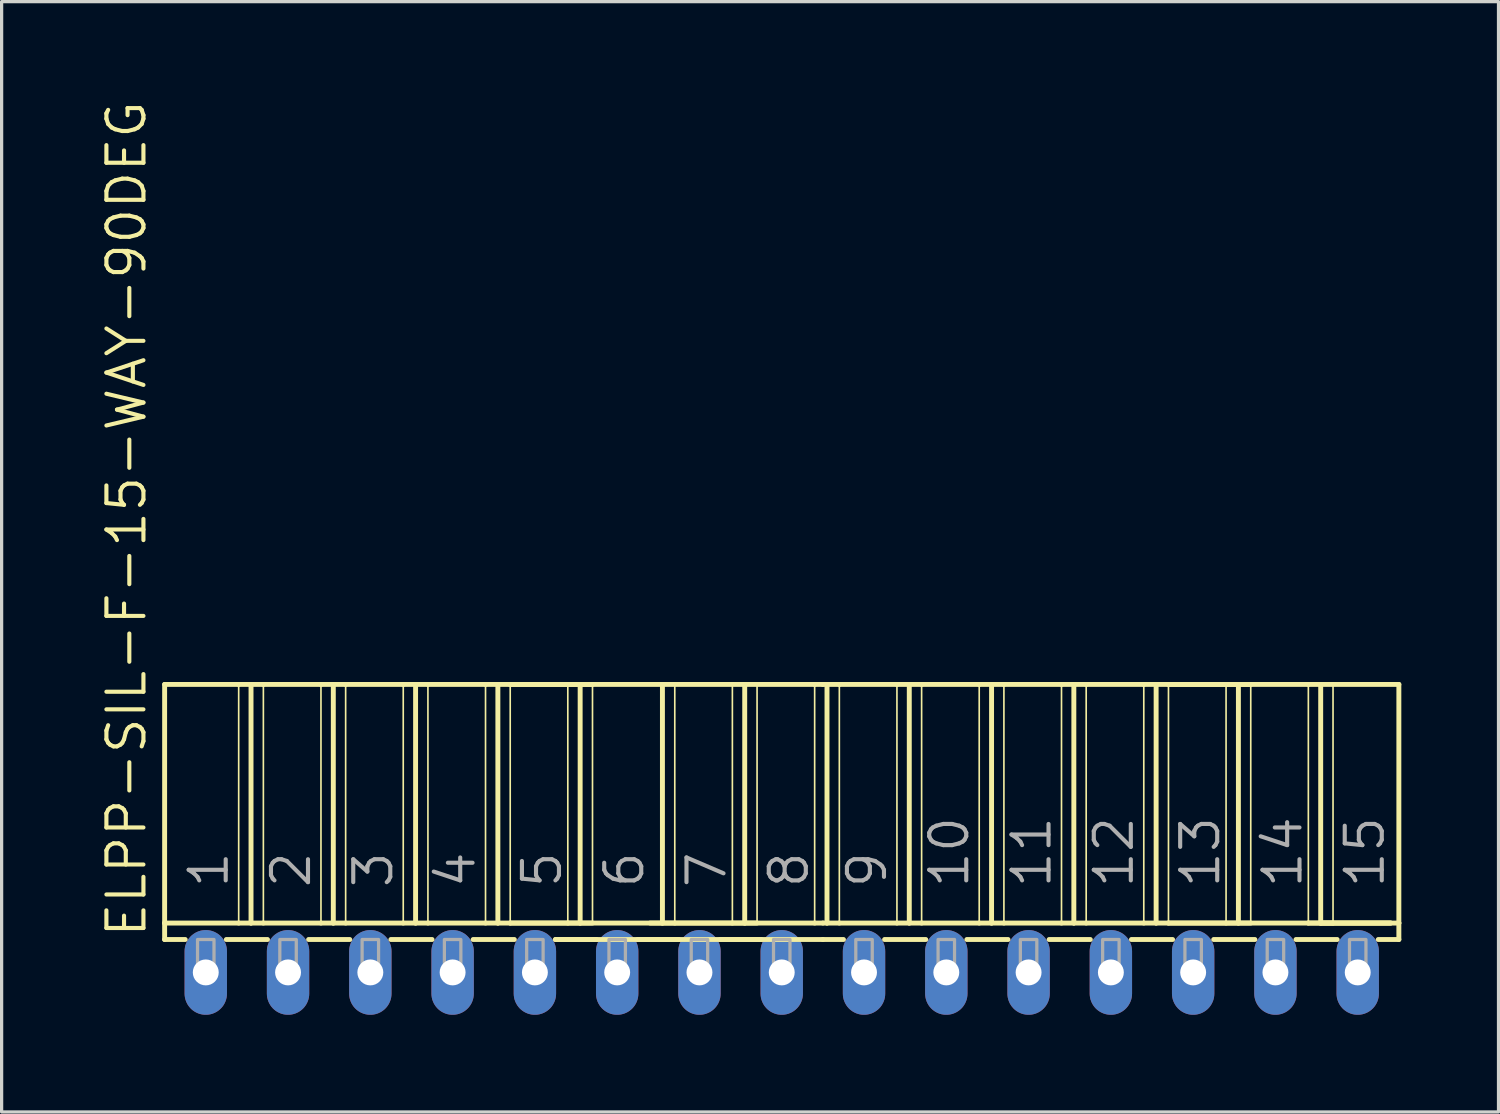
<source format=kicad_pcb>
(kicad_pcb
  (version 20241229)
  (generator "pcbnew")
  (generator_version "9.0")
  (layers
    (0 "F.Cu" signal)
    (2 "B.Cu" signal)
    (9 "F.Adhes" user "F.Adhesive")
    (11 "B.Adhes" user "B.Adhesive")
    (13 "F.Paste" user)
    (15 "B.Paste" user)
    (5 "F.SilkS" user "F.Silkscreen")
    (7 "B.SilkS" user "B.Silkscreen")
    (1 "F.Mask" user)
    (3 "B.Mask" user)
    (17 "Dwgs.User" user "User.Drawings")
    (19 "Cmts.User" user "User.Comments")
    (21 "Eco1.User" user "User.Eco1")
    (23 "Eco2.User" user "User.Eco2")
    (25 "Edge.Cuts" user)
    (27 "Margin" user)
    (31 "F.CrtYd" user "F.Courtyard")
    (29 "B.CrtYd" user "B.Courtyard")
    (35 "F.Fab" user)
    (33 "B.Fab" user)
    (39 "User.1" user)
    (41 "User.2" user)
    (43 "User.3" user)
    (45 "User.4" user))
  (footprint "ELPP-SIL-F-15-WAY-90DEG"
    (layer "F.Cu")
    (at 21.082 26.968)
    (property "Reference" "ELPP-SIL-F-15-WAY-90DEG" (at -19.558 -1.016 90) (unlocked yes) (layer "F.SilkS") (effects (font (size 1.143 1.143) (thickness 0.127)) (justify left bottom)))
    (fp_line (start -19.05 -8.89) (end -16.764 -8.89) (stroke (width 0.152) (type solid)) (layer "F.SilkS"))
    (fp_line (start -19.05 -1.524) (end -19.05 -8.89) (stroke (width 0.152) (type solid)) (layer "F.SilkS"))
    (fp_line (start -19.05 -1.524) (end -16.764 -1.524) (stroke (width 0.152) (type solid)) (layer "F.SilkS"))
    (fp_line (start -19.05 -1.016) (end -19.05 -1.524) (stroke (width 0.152) (type solid)) (layer "F.SilkS"))
    (fp_line (start -19.05 -1.016) (end -18.415 -1.016) (stroke (width 0.152) (type solid)) (layer "F.SilkS"))
    (fp_line (start -17.145 -1.016) (end -15.875 -1.016) (stroke (width 0.152) (type solid)) (layer "F.SilkS"))
    (fp_line (start -16.764 -8.89) (end -16.764 -1.524) (stroke (width 0.051) (type solid)) (layer "F.SilkS"))
    (fp_line (start -16.764 -8.89) (end -16.383 -8.89) (stroke (width 0.152) (type solid)) (layer "F.SilkS"))
    (fp_line (start -16.764 -1.524) (end -16.383 -1.524) (stroke (width 0.152) (type solid)) (layer "F.SilkS"))
    (fp_line (start -16.383 -8.89) (end -16.383 -1.524) (stroke (width 0.152) (type solid)) (layer "F.SilkS"))
    (fp_line (start -16.383 -8.89) (end -16.002 -8.89) (stroke (width 0.152) (type solid)) (layer "F.SilkS"))
    (fp_line (start -16.383 -1.524) (end -16.002 -1.524) (stroke (width 0.152) (type solid)) (layer "F.SilkS"))
    (fp_line (start -16.002 -8.89) (end -16.002 -1.524) (stroke (width 0.051) (type solid)) (layer "F.SilkS"))
    (fp_line (start -16.002 -8.89) (end -14.224 -8.89) (stroke (width 0.152) (type solid)) (layer "F.SilkS"))
    (fp_line (start -16.002 -1.524) (end -14.224 -1.524) (stroke (width 0.152) (type solid)) (layer "F.SilkS"))
    (fp_line (start -14.605 -1.016) (end -13.335 -1.016) (stroke (width 0.152) (type solid)) (layer "F.SilkS"))
    (fp_line (start -14.224 -8.89) (end -14.224 -1.524) (stroke (width 0.051) (type solid)) (layer "F.SilkS"))
    (fp_line (start -14.224 -8.89) (end -13.843 -8.89) (stroke (width 0.152) (type solid)) (layer "F.SilkS"))
    (fp_line (start -14.224 -1.524) (end -13.843 -1.524) (stroke (width 0.152) (type solid)) (layer "F.SilkS"))
    (fp_line (start -13.843 -8.89) (end -13.843 -1.524) (stroke (width 0.152) (type solid)) (layer "F.SilkS"))
    (fp_line (start -13.843 -8.89) (end -13.462 -8.89) (stroke (width 0.152) (type solid)) (layer "F.SilkS"))
    (fp_line (start -13.843 -1.524) (end -13.462 -1.524) (stroke (width 0.152) (type solid)) (layer "F.SilkS"))
    (fp_line (start -13.462 -8.89) (end -13.462 -1.524) (stroke (width 0.051) (type solid)) (layer "F.SilkS"))
    (fp_line (start -13.462 -8.89) (end -11.684 -8.89) (stroke (width 0.152) (type solid)) (layer "F.SilkS"))
    (fp_line (start -13.462 -1.524) (end -11.684 -1.524) (stroke (width 0.152) (type solid)) (layer "F.SilkS"))
    (fp_line (start -12.065 -1.016) (end -10.795 -1.016) (stroke (width 0.152) (type solid)) (layer "F.SilkS"))
    (fp_line (start -11.684 -8.89) (end -11.684 -1.524) (stroke (width 0.051) (type solid)) (layer "F.SilkS"))
    (fp_line (start -11.684 -8.89) (end -11.303 -8.89) (stroke (width 0.152) (type solid)) (layer "F.SilkS"))
    (fp_line (start -11.684 -1.524) (end -11.303 -1.524) (stroke (width 0.152) (type solid)) (layer "F.SilkS"))
    (fp_line (start -11.303 -8.89) (end -11.303 -1.524) (stroke (width 0.152) (type solid)) (layer "F.SilkS"))
    (fp_line (start -11.303 -8.89) (end -10.922 -8.89) (stroke (width 0.152) (type solid)) (layer "F.SilkS"))
    (fp_line (start -11.303 -1.524) (end -10.922 -1.524) (stroke (width 0.152) (type solid)) (layer "F.SilkS"))
    (fp_line (start -10.922 -8.89) (end -10.922 -1.524) (stroke (width 0.051) (type solid)) (layer "F.SilkS"))
    (fp_line (start -10.922 -8.89) (end -9.144 -8.89) (stroke (width 0.152) (type solid)) (layer "F.SilkS"))
    (fp_line (start -10.922 -1.524) (end -9.144 -1.524) (stroke (width 0.152) (type solid)) (layer "F.SilkS"))
    (fp_line (start -9.525 -1.016) (end -8.255 -1.016) (stroke (width 0.152) (type solid)) (layer "F.SilkS"))
    (fp_line (start -9.144 -8.89) (end -9.144 -1.524) (stroke (width 0.051) (type solid)) (layer "F.SilkS"))
    (fp_line (start -9.144 -8.89) (end -8.763 -8.89) (stroke (width 0.152) (type solid)) (layer "F.SilkS"))
    (fp_line (start -9.144 -1.524) (end -8.763 -1.524) (stroke (width 0.152) (type solid)) (layer "F.SilkS"))
    (fp_line (start -8.763 -8.89) (end -8.763 -1.524) (stroke (width 0.152) (type solid)) (layer "F.SilkS"))
    (fp_line (start -8.763 -8.89) (end -8.382 -8.89) (stroke (width 0.152) (type solid)) (layer "F.SilkS"))
    (fp_line (start -8.763 -1.524) (end -8.382 -1.524) (stroke (width 0.152) (type solid)) (layer "F.SilkS"))
    (fp_line (start -8.382 -8.89) (end -8.382 -1.524) (stroke (width 0.051) (type solid)) (layer "F.SilkS"))
    (fp_line (start -8.382 -8.89) (end -6.604 -8.89) (stroke (width 0.152) (type solid)) (layer "F.SilkS"))
    (fp_line (start -8.382 -8.89) (end 1.016 -8.89) (stroke (width 0.152) (type solid)) (layer "F.SilkS"))
    (fp_line (start -8.382 -1.524) (end -6.604 -1.524) (stroke (width 0.152) (type solid)) (layer "F.SilkS"))
    (fp_line (start -8.382 -1.524) (end 1.016 -1.524) (stroke (width 0.152) (type solid)) (layer "F.SilkS"))
    (fp_line (start -6.985 -1.016) (end -5.715 -1.016) (stroke (width 0.152) (type solid)) (layer "F.SilkS"))
    (fp_line (start -6.985 -1.016) (end 1.27 -1.016) (stroke (width 0.152) (type solid)) (layer "F.SilkS"))
    (fp_line (start -6.604 -8.89) (end -6.604 -1.524) (stroke (width 0.051) (type solid)) (layer "F.SilkS"))
    (fp_line (start -6.604 -8.89) (end -6.223 -8.89) (stroke (width 0.152) (type solid)) (layer "F.SilkS"))
    (fp_line (start -6.604 -1.524) (end -6.223 -1.524) (stroke (width 0.152) (type solid)) (layer "F.SilkS"))
    (fp_line (start -6.223 -8.89) (end -6.223 -1.524) (stroke (width 0.152) (type solid)) (layer "F.SilkS"))
    (fp_line (start -6.223 -8.89) (end -5.842 -8.89) (stroke (width 0.152) (type solid)) (layer "F.SilkS"))
    (fp_line (start -6.223 -1.524) (end -5.842 -1.524) (stroke (width 0.152) (type solid)) (layer "F.SilkS"))
    (fp_line (start -5.842 -8.89) (end -5.842 -1.524) (stroke (width 0.051) (type solid)) (layer "F.SilkS"))
    (fp_line (start -4.445 -1.016) (end -3.175 -1.016) (stroke (width 0.152) (type solid)) (layer "F.SilkS"))
    (fp_line (start -4.064 -1.524) (end -3.683 -1.524) (stroke (width 0.152) (type solid)) (layer "F.SilkS"))
    (fp_line (start -3.683 -8.89) (end -3.683 -1.524) (stroke (width 0.152) (type solid)) (layer "F.SilkS"))
    (fp_line (start -3.683 -1.524) (end -3.302 -1.524) (stroke (width 0.152) (type solid)) (layer "F.SilkS"))
    (fp_line (start -3.302 -8.89) (end -3.302 -1.524) (stroke (width 0.051) (type solid)) (layer "F.SilkS"))
    (fp_line (start -3.302 -1.524) (end -1.524 -1.524) (stroke (width 0.152) (type solid)) (layer "F.SilkS"))
    (fp_line (start -1.905 -1.016) (end -0.635 -1.016) (stroke (width 0.152) (type solid)) (layer "F.SilkS"))
    (fp_line (start -1.524 -8.89) (end -1.524 -1.524) (stroke (width 0.051) (type solid)) (layer "F.SilkS"))
    (fp_line (start -1.524 -1.524) (end -1.143 -1.524) (stroke (width 0.152) (type solid)) (layer "F.SilkS"))
    (fp_line (start -1.143 -8.89) (end -1.143 -1.524) (stroke (width 0.152) (type solid)) (layer "F.SilkS"))
    (fp_line (start -1.143 -1.524) (end -0.762 -1.524) (stroke (width 0.152) (type solid)) (layer "F.SilkS"))
    (fp_line (start -0.762 -8.89) (end -0.762 -1.524) (stroke (width 0.051) (type solid)) (layer "F.SilkS"))
    (fp_line (start 1.016 -8.89) (end 1.016 -1.524) (stroke (width 0.051) (type solid)) (layer "F.SilkS"))
    (fp_line (start 1.016 -8.89) (end 1.27 -8.89) (stroke (width 0.152) (type solid)) (layer "F.SilkS"))
    (fp_line (start 1.016 -1.524) (end 1.27 -1.524) (stroke (width 0.152) (type solid)) (layer "F.SilkS"))
    (fp_line (start 1.27 -8.89) (end 1.397 -8.89) (stroke (width 0.152) (type solid)) (layer "F.SilkS"))
    (fp_line (start 1.27 -1.524) (end 1.397 -1.524) (stroke (width 0.152) (type solid)) (layer "F.SilkS"))
    (fp_line (start 1.27 -1.016) (end 1.905 -1.016) (stroke (width 0.152) (type solid)) (layer "F.SilkS"))
    (fp_line (start 1.397 -8.89) (end 1.397 -1.524) (stroke (width 0.152) (type solid)) (layer "F.SilkS"))
    (fp_line (start 1.397 -8.89) (end 1.778 -8.89) (stroke (width 0.152) (type solid)) (layer "F.SilkS"))
    (fp_line (start 1.397 -1.524) (end 1.778 -1.524) (stroke (width 0.152) (type solid)) (layer "F.SilkS"))
    (fp_line (start 1.778 -8.89) (end 1.778 -1.524) (stroke (width 0.051) (type solid)) (layer "F.SilkS"))
    (fp_line (start 1.778 -8.89) (end 3.556 -8.89) (stroke (width 0.152) (type solid)) (layer "F.SilkS"))
    (fp_line (start 1.778 -1.524) (end 3.556 -1.524) (stroke (width 0.152) (type solid)) (layer "F.SilkS"))
    (fp_line (start 3.175 -1.016) (end 4.445 -1.016) (stroke (width 0.152) (type solid)) (layer "F.SilkS"))
    (fp_line (start 3.556 -8.89) (end 3.556 -1.524) (stroke (width 0.051) (type solid)) (layer "F.SilkS"))
    (fp_line (start 3.556 -8.89) (end 3.937 -8.89) (stroke (width 0.152) (type solid)) (layer "F.SilkS"))
    (fp_line (start 3.556 -1.524) (end 3.937 -1.524) (stroke (width 0.152) (type solid)) (layer "F.SilkS"))
    (fp_line (start 3.937 -8.89) (end 3.937 -1.524) (stroke (width 0.152) (type solid)) (layer "F.SilkS"))
    (fp_line (start 3.937 -8.89) (end 4.318 -8.89) (stroke (width 0.152) (type solid)) (layer "F.SilkS"))
    (fp_line (start 3.937 -1.524) (end 4.318 -1.524) (stroke (width 0.152) (type solid)) (layer "F.SilkS"))
    (fp_line (start 4.318 -8.89) (end 4.318 -1.524) (stroke (width 0.051) (type solid)) (layer "F.SilkS"))
    (fp_line (start 4.318 -8.89) (end 6.096 -8.89) (stroke (width 0.152) (type solid)) (layer "F.SilkS"))
    (fp_line (start 4.318 -1.524) (end 6.096 -1.524) (stroke (width 0.152) (type solid)) (layer "F.SilkS"))
    (fp_line (start 5.715 -1.016) (end 6.985 -1.016) (stroke (width 0.152) (type solid)) (layer "F.SilkS"))
    (fp_line (start 6.096 -8.89) (end 6.096 -1.524) (stroke (width 0.051) (type solid)) (layer "F.SilkS"))
    (fp_line (start 6.096 -8.89) (end 6.477 -8.89) (stroke (width 0.152) (type solid)) (layer "F.SilkS"))
    (fp_line (start 6.096 -1.524) (end 6.477 -1.524) (stroke (width 0.152) (type solid)) (layer "F.SilkS"))
    (fp_line (start 6.477 -8.89) (end 6.477 -1.524) (stroke (width 0.152) (type solid)) (layer "F.SilkS"))
    (fp_line (start 6.477 -8.89) (end 6.858 -8.89) (stroke (width 0.152) (type solid)) (layer "F.SilkS"))
    (fp_line (start 6.477 -1.524) (end 6.858 -1.524) (stroke (width 0.152) (type solid)) (layer "F.SilkS"))
    (fp_line (start 6.858 -8.89) (end 6.858 -1.524) (stroke (width 0.051) (type solid)) (layer "F.SilkS"))
    (fp_line (start 6.858 -8.89) (end 8.636 -8.89) (stroke (width 0.152) (type solid)) (layer "F.SilkS"))
    (fp_line (start 6.858 -1.524) (end 8.636 -1.524) (stroke (width 0.152) (type solid)) (layer "F.SilkS"))
    (fp_line (start 8.255 -1.016) (end 9.525 -1.016) (stroke (width 0.152) (type solid)) (layer "F.SilkS"))
    (fp_line (start 8.636 -8.89) (end 8.636 -1.524) (stroke (width 0.051) (type solid)) (layer "F.SilkS"))
    (fp_line (start 8.636 -8.89) (end 9.017 -8.89) (stroke (width 0.152) (type solid)) (layer "F.SilkS"))
    (fp_line (start 8.636 -1.524) (end 9.017 -1.524) (stroke (width 0.152) (type solid)) (layer "F.SilkS"))
    (fp_line (start 9.017 -8.89) (end 9.017 -1.524) (stroke (width 0.152) (type solid)) (layer "F.SilkS"))
    (fp_line (start 9.017 -8.89) (end 9.398 -8.89) (stroke (width 0.152) (type solid)) (layer "F.SilkS"))
    (fp_line (start 9.017 -1.524) (end 9.398 -1.524) (stroke (width 0.152) (type solid)) (layer "F.SilkS"))
    (fp_line (start 9.398 -8.89) (end 9.398 -1.524) (stroke (width 0.051) (type solid)) (layer "F.SilkS"))
    (fp_line (start 9.398 -8.89) (end 11.176 -8.89) (stroke (width 0.152) (type solid)) (layer "F.SilkS"))
    (fp_line (start 9.398 -1.524) (end 11.176 -1.524) (stroke (width 0.152) (type solid)) (layer "F.SilkS"))
    (fp_line (start 10.795 -1.016) (end 12.065 -1.016) (stroke (width 0.152) (type solid)) (layer "F.SilkS"))
    (fp_line (start 11.176 -8.89) (end 11.176 -1.524) (stroke (width 0.051) (type solid)) (layer "F.SilkS"))
    (fp_line (start 11.176 -8.89) (end 11.557 -8.89) (stroke (width 0.152) (type solid)) (layer "F.SilkS"))
    (fp_line (start 11.176 -1.524) (end 11.557 -1.524) (stroke (width 0.152) (type solid)) (layer "F.SilkS"))
    (fp_line (start 11.557 -8.89) (end 11.557 -1.524) (stroke (width 0.152) (type solid)) (layer "F.SilkS"))
    (fp_line (start 11.557 -8.89) (end 11.938 -8.89) (stroke (width 0.152) (type solid)) (layer "F.SilkS"))
    (fp_line (start 11.557 -1.524) (end 11.938 -1.524) (stroke (width 0.152) (type solid)) (layer "F.SilkS"))
    (fp_line (start 11.938 -8.89) (end 11.938 -1.524) (stroke (width 0.051) (type solid)) (layer "F.SilkS"))
    (fp_line (start 11.938 -8.89) (end 13.716 -8.89) (stroke (width 0.152) (type solid)) (layer "F.SilkS"))
    (fp_line (start 11.938 -8.89) (end 16.256 -8.89) (stroke (width 0.152) (type solid)) (layer "F.SilkS"))
    (fp_line (start 11.938 -1.524) (end 13.716 -1.524) (stroke (width 0.152) (type solid)) (layer "F.SilkS"))
    (fp_line (start 11.938 -1.524) (end 16.256 -1.524) (stroke (width 0.152) (type solid)) (layer "F.SilkS"))
    (fp_line (start 13.335 -1.016) (end 14.605 -1.016) (stroke (width 0.152) (type solid)) (layer "F.SilkS"))
    (fp_line (start 13.716 -8.89) (end 13.716 -1.524) (stroke (width 0.051) (type solid)) (layer "F.SilkS"))
    (fp_line (start 13.716 -8.89) (end 14.097 -8.89) (stroke (width 0.152) (type solid)) (layer "F.SilkS"))
    (fp_line (start 13.716 -1.524) (end 14.097 -1.524) (stroke (width 0.152) (type solid)) (layer "F.SilkS"))
    (fp_line (start 14.097 -8.89) (end 14.097 -1.524) (stroke (width 0.152) (type solid)) (layer "F.SilkS"))
    (fp_line (start 14.097 -8.89) (end 14.478 -8.89) (stroke (width 0.152) (type solid)) (layer "F.SilkS"))
    (fp_line (start 14.097 -1.524) (end 14.478 -1.524) (stroke (width 0.152) (type solid)) (layer "F.SilkS"))
    (fp_line (start 14.478 -8.89) (end 14.478 -1.524) (stroke (width 0.051) (type solid)) (layer "F.SilkS"))
    (fp_line (start 15.875 -1.016) (end 17.145 -1.016) (stroke (width 0.152) (type solid)) (layer "F.SilkS"))
    (fp_line (start 16.256 -8.89) (end 16.256 -1.524) (stroke (width 0.051) (type solid)) (layer "F.SilkS"))
    (fp_line (start 16.256 -8.89) (end 19.05 -8.89) (stroke (width 0.152) (type solid)) (layer "F.SilkS"))
    (fp_line (start 16.256 -1.524) (end 16.637 -1.524) (stroke (width 0.152) (type solid)) (layer "F.SilkS"))
    (fp_line (start 16.256 -1.524) (end 19.05 -1.524) (stroke (width 0.152) (type solid)) (layer "F.SilkS"))
    (fp_line (start 16.637 -8.89) (end 16.637 -1.524) (stroke (width 0.152) (type solid)) (layer "F.SilkS"))
    (fp_line (start 16.637 -1.524) (end 17.018 -1.524) (stroke (width 0.152) (type solid)) (layer "F.SilkS"))
    (fp_line (start 16.637 -1.524) (end 17.018 -1.524) (stroke (width 0.152) (type solid)) (layer "F.SilkS"))
    (fp_line (start 17.018 -8.89) (end 17.018 -1.524) (stroke (width 0.051) (type solid)) (layer "F.SilkS"))
    (fp_line (start 17.018 -1.524) (end 18.796 -1.524) (stroke (width 0.152) (type solid)) (layer "F.SilkS"))
    (fp_line (start 18.796 -1.524) (end 16.637 -1.524) (stroke (width 0.152) (type solid)) (layer "F.SilkS"))
    (fp_line (start 19.05 -8.89) (end 19.05 -1.524) (stroke (width 0.152) (type solid)) (layer "F.SilkS"))
    (fp_line (start 19.05 -1.524) (end 19.05 -1.016) (stroke (width 0.152) (type solid)) (layer "F.SilkS"))
    (fp_line (start 19.05 -1.016) (end 18.415 -1.016) (stroke (width 0.152) (type solid)) (layer "F.SilkS"))
    (fp_poly (pts (xy -18.034 0) (xy -17.526 0) (xy -17.526 -1.016) (xy -18.034 -1.016)) (stroke (width 0.1) (type default)) (fill no) (layer "F.Fab"))
    (fp_poly (pts (xy -15.494 0) (xy -14.986 0) (xy -14.986 -1.016) (xy -15.494 -1.016)) (stroke (width 0.1) (type default)) (fill no) (layer "F.Fab"))
    (fp_poly (pts (xy -12.954 0) (xy -12.446 0) (xy -12.446 -1.016) (xy -12.954 -1.016)) (stroke (width 0.1) (type default)) (fill no) (layer "F.Fab"))
    (fp_poly (pts (xy -10.414 0) (xy -9.906 0) (xy -9.906 -1.016) (xy -10.414 -1.016)) (stroke (width 0.1) (type default)) (fill no) (layer "F.Fab"))
    (fp_poly (pts (xy -7.874 0) (xy -7.366 0) (xy -7.366 -1.016) (xy -7.874 -1.016)) (stroke (width 0.1) (type default)) (fill no) (layer "F.Fab"))
    (fp_poly (pts (xy -5.334 0) (xy -4.826 0) (xy -4.826 -1.016) (xy -5.334 -1.016)) (stroke (width 0.1) (type default)) (fill no) (layer "F.Fab"))
    (fp_poly (pts (xy -2.794 0) (xy -2.286 0) (xy -2.286 -1.016) (xy -2.794 -1.016)) (stroke (width 0.1) (type default)) (fill no) (layer "F.Fab"))
    (fp_poly (pts (xy -0.254 0) (xy 0.254 0) (xy 0.254 -1.016) (xy -0.254 -1.016)) (stroke (width 0.1) (type default)) (fill no) (layer "F.Fab"))
    (fp_poly (pts (xy 2.286 0) (xy 2.794 0) (xy 2.794 -1.016) (xy 2.286 -1.016)) (stroke (width 0.1) (type default)) (fill no) (layer "F.Fab"))
    (fp_poly (pts (xy 4.826 0) (xy 5.334 0) (xy 5.334 -1.016) (xy 4.826 -1.016)) (stroke (width 0.1) (type default)) (fill no) (layer "F.Fab"))
    (fp_poly (pts (xy 7.366 0) (xy 7.874 0) (xy 7.874 -1.016) (xy 7.366 -1.016)) (stroke (width 0.1) (type default)) (fill no) (layer "F.Fab"))
    (fp_poly (pts (xy 9.906 0) (xy 10.414 0) (xy 10.414 -1.016) (xy 9.906 -1.016)) (stroke (width 0.1) (type default)) (fill no) (layer "F.Fab"))
    (fp_poly (pts (xy 12.446 0) (xy 12.954 0) (xy 12.954 -1.016) (xy 12.446 -1.016)) (stroke (width 0.1) (type default)) (fill no) (layer "F.Fab"))
    (fp_poly (pts (xy 14.986 0) (xy 15.494 0) (xy 15.494 -1.016) (xy 14.986 -1.016)) (stroke (width 0.1) (type default)) (fill no) (layer "F.Fab"))
    (fp_poly (pts (xy 17.526 0) (xy 18.034 0) (xy 18.034 -1.016) (xy 17.526 -1.016)) (stroke (width 0.1) (type default)) (fill no) (layer "F.Fab"))
    (fp_text user "2" (at -14.478 -2.54 90) (layer "F.Fab") (effects (font (size 1.143 1.143) (thickness 0.127)) (justify left bottom)))
    (fp_text user "10" (at 5.842 -2.54 90) (layer "F.Fab") (effects (font (size 1.143 1.143) (thickness 0.127)) (justify left bottom)))
    (fp_text user "13" (at 13.589 -2.54 90) (layer "F.Fab") (effects (font (size 1.143 1.143) (thickness 0.127)) (justify left bottom)))
    (fp_text user "9" (at 3.302 -2.54 90) (layer "F.Fab") (effects (font (size 1.143 1.143) (thickness 0.127)) (justify left bottom)))
    (fp_text user "1" (at -17.018 -2.54 90) (layer "F.Fab") (effects (font (size 1.143 1.143) (thickness 0.127)) (justify left bottom)))
    (fp_text user "12" (at 10.922 -2.54 90) (layer "F.Fab") (effects (font (size 1.143 1.143) (thickness 0.127)) (justify left bottom)))
    (fp_text user "8" (at 0.889 -2.54 90) (layer "F.Fab") (effects (font (size 1.143 1.143) (thickness 0.127)) (justify left bottom)))
    (fp_text user "5" (at -6.731 -2.54 90) (layer "F.Fab") (effects (font (size 1.143 1.143) (thickness 0.127)) (justify left bottom)))
    (fp_text user "14" (at 16.129 -2.54 90) (layer "F.Fab") (effects (font (size 1.143 1.143) (thickness 0.127)) (justify left bottom)))
    (fp_text user "11" (at 8.382 -2.54 90) (layer "F.Fab") (effects (font (size 1.143 1.143) (thickness 0.127)) (justify left bottom)))
    (fp_text user "15" (at 18.669 -2.54 90) (layer "F.Fab") (effects (font (size 1.143 1.143) (thickness 0.127)) (justify left bottom)))
    (fp_text user "3" (at -11.938 -2.54 90) (layer "F.Fab") (effects (font (size 1.143 1.143) (thickness 0.127)) (justify left bottom)))
    (fp_text user "6" (at -4.191 -2.54 90) (layer "F.Fab") (effects (font (size 1.143 1.143) (thickness 0.127)) (justify left bottom)))
    (fp_text user "7" (at -1.651 -2.54 90) (layer "F.Fab") (effects (font (size 1.143 1.143) (thickness 0.127)) (justify left bottom)))
    (fp_text user "4" (at -9.398 -2.54 90) (layer "F.Fab") (effects (font (size 1.143 1.143) (thickness 0.127)) (justify left bottom)))
    (pad "1" thru_hole oval (at -17.78 0 90) (size 2.616 1.308) (drill 0.8) (layers "*.Cu" "*.Mask"))
    (pad "2" thru_hole oval (at -15.24 0 90) (size 2.616 1.308) (drill 0.8) (layers "*.Cu" "*.Mask"))
    (pad "3" thru_hole oval (at -12.7 0 90) (size 2.616 1.308) (drill 0.8) (layers "*.Cu" "*.Mask"))
    (pad "4" thru_hole oval (at -10.16 0 90) (size 2.616 1.308) (drill 0.8) (layers "*.Cu" "*.Mask"))
    (pad "5" thru_hole oval (at -7.62 0 90) (size 2.616 1.308) (drill 0.8) (layers "*.Cu" "*.Mask"))
    (pad "6" thru_hole oval (at -5.08 0 90) (size 2.616 1.308) (drill 0.8) (layers "*.Cu" "*.Mask"))
    (pad "7" thru_hole oval (at -2.54 0 90) (size 2.616 1.308) (drill 0.8) (layers "*.Cu" "*.Mask"))
    (pad "8" thru_hole oval (at 0 0 90) (size 2.616 1.308) (drill 0.8) (layers "*.Cu" "*.Mask"))
    (pad "9" thru_hole oval (at 2.54 0 90) (size 2.616 1.308) (drill 0.8) (layers "*.Cu" "*.Mask"))
    (pad "10" thru_hole oval (at 5.08 0 90) (size 2.616 1.308) (drill 0.8) (layers "*.Cu" "*.Mask"))
    (pad "11" thru_hole oval (at 7.62 0 90) (size 2.616 1.308) (drill 0.8) (layers "*.Cu" "*.Mask"))
    (pad "12" thru_hole oval (at 10.16 0 90) (size 2.616 1.308) (drill 0.8) (layers "*.Cu" "*.Mask"))
    (pad "13" thru_hole oval (at 12.7 0 90) (size 2.616 1.308) (drill 0.8) (layers "*.Cu" "*.Mask"))
    (pad "14" thru_hole oval (at 15.24 0 90) (size 2.616 1.308) (drill 0.8) (layers "*.Cu" "*.Mask"))
    (pad "15" thru_hole oval (at 17.78 0 90) (size 2.616 1.308) (drill 0.8) (layers "*.Cu" "*.Mask")))
  (gr_rect
    (start -3 -3)
    (end 43.208 31.276)
    (stroke (width 0.1) (type default))
    (fill no)
    (layer "Edge.Cuts")))
</source>
